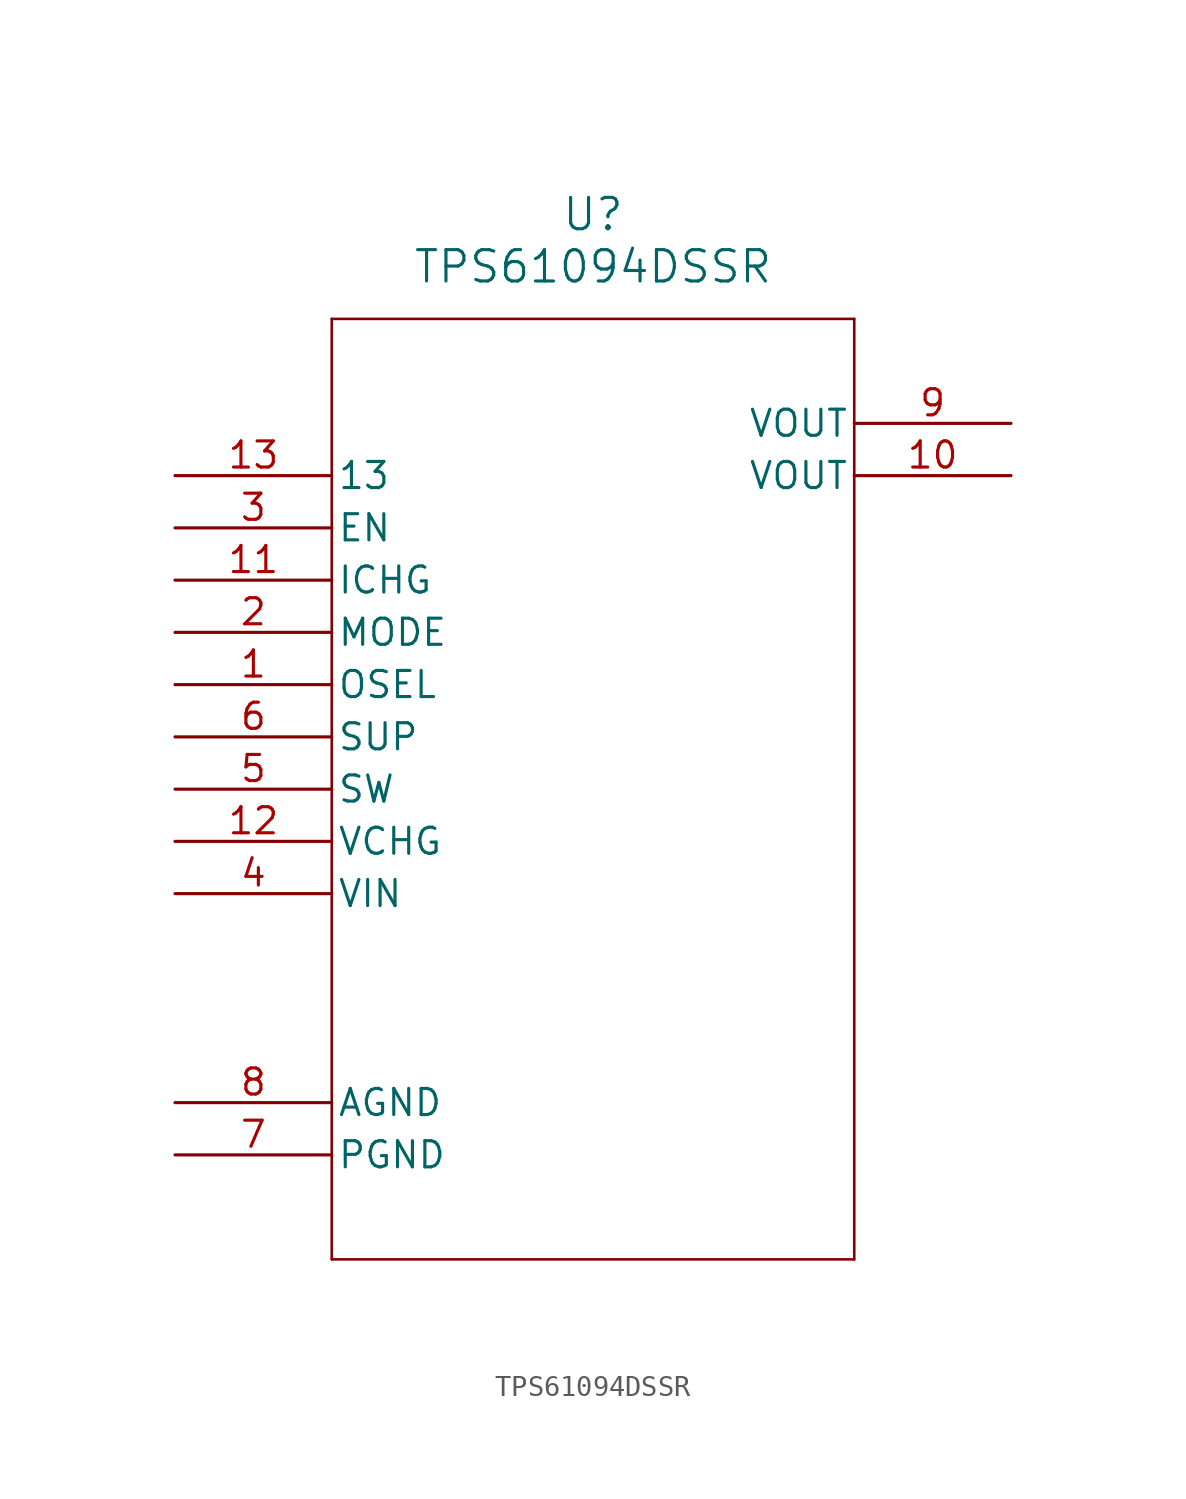
<source format=kicad_sym>
(kicad_symbol_lib
  (version 20211014)
  (generator kicad_symbol_editor)
  (symbol "TPS61094DSSR"
    (pin_names
      (offset 0.254))
    (property "Reference" "U"
      (at 20.32 12.7 0)
      (effects (font (size 1.524 1.524))))
    (property "Value" "TPS61094DSSR"
      (at 20.32 10.16 0)
      (effects (font (size 1.524 1.524))))
    (symbol "TPS61094DSSR_0_1"
      (polyline (pts (xy 7.62 7.62) (xy 7.62 -38.1)) (stroke (width 0.127) (type default) (color 0 0 0 0)) (fill (type none)))
      (polyline (pts (xy 7.62 -38.1) (xy 33.02 -38.1)) (stroke (width 0.127) (type default) (color 0 0 0 0)) (fill (type none)))
      (polyline (pts (xy 33.02 -38.1) (xy 33.02 7.62)) (stroke (width 0.127) (type default) (color 0 0 0 0)) (fill (type none)))
      (polyline (pts (xy 33.02 7.62) (xy 7.62 7.62)) (stroke (width 0.127) (type default) (color 0 0 0 0)) (fill (type none)))
      (pin unspecified line (at 0 -10.16 0) (length 7.62) (name "OSEL" (effects (font (size 1.27 1.27)))) (number "1" (effects (font (size 1.27 1.27)))))
      (pin unspecified line (at 0 -7.62 0) (length 7.62) (name "MODE" (effects (font (size 1.27 1.27)))) (number "2" (effects (font (size 1.27 1.27)))))
      (pin unspecified line (at 0 -2.54 0) (length 7.62) (name "EN" (effects (font (size 1.27 1.27)))) (number "3" (effects (font (size 1.27 1.27)))))
      (pin unspecified line (at 0 -20.32 0) (length 7.62) (name "VIN" (effects (font (size 1.27 1.27)))) (number "4" (effects (font (size 1.27 1.27)))))
      (pin unspecified line (at 0 -15.24 0) (length 7.62) (name "SW" (effects (font (size 1.27 1.27)))) (number "5" (effects (font (size 1.27 1.27)))))
      (pin unspecified line (at 0 -12.7 0) (length 7.62) (name "SUP" (effects (font (size 1.27 1.27)))) (number "6" (effects (font (size 1.27 1.27)))))
      (pin power_out line (at 0 -33.02 0) (length 7.62) (name "PGND" (effects (font (size 1.27 1.27)))) (number "7" (effects (font (size 1.27 1.27)))))
      (pin power_out line (at 0 -30.48 0) (length 7.62) (name "AGND" (effects (font (size 1.27 1.27)))) (number "8" (effects (font (size 1.27 1.27)))))
      (pin output line (at 40.64 2.54 180) (length 7.62) (name "VOUT" (effects (font (size 1.27 1.27)))) (number "9" (effects (font (size 1.27 1.27)))))
      (pin output line (at 40.64 0 180) (length 7.62) (name "VOUT" (effects (font (size 1.27 1.27)))) (number "10" (effects (font (size 1.27 1.27)))))
      (pin unspecified line (at 0 -5.08 0) (length 7.62) (name "ICHG" (effects (font (size 1.27 1.27)))) (number "11" (effects (font (size 1.27 1.27)))))
      (pin unspecified line (at 0 -17.78 0) (length 7.62) (name "VCHG" (effects (font (size 1.27 1.27)))) (number "12" (effects (font (size 1.27 1.27)))))
      (pin unspecified line (at 0 0 0) (length 7.62) (name "13" (effects (font (size 1.27 1.27)))) (number "13" (effects (font (size 1.27 1.27))))))))
</source>
